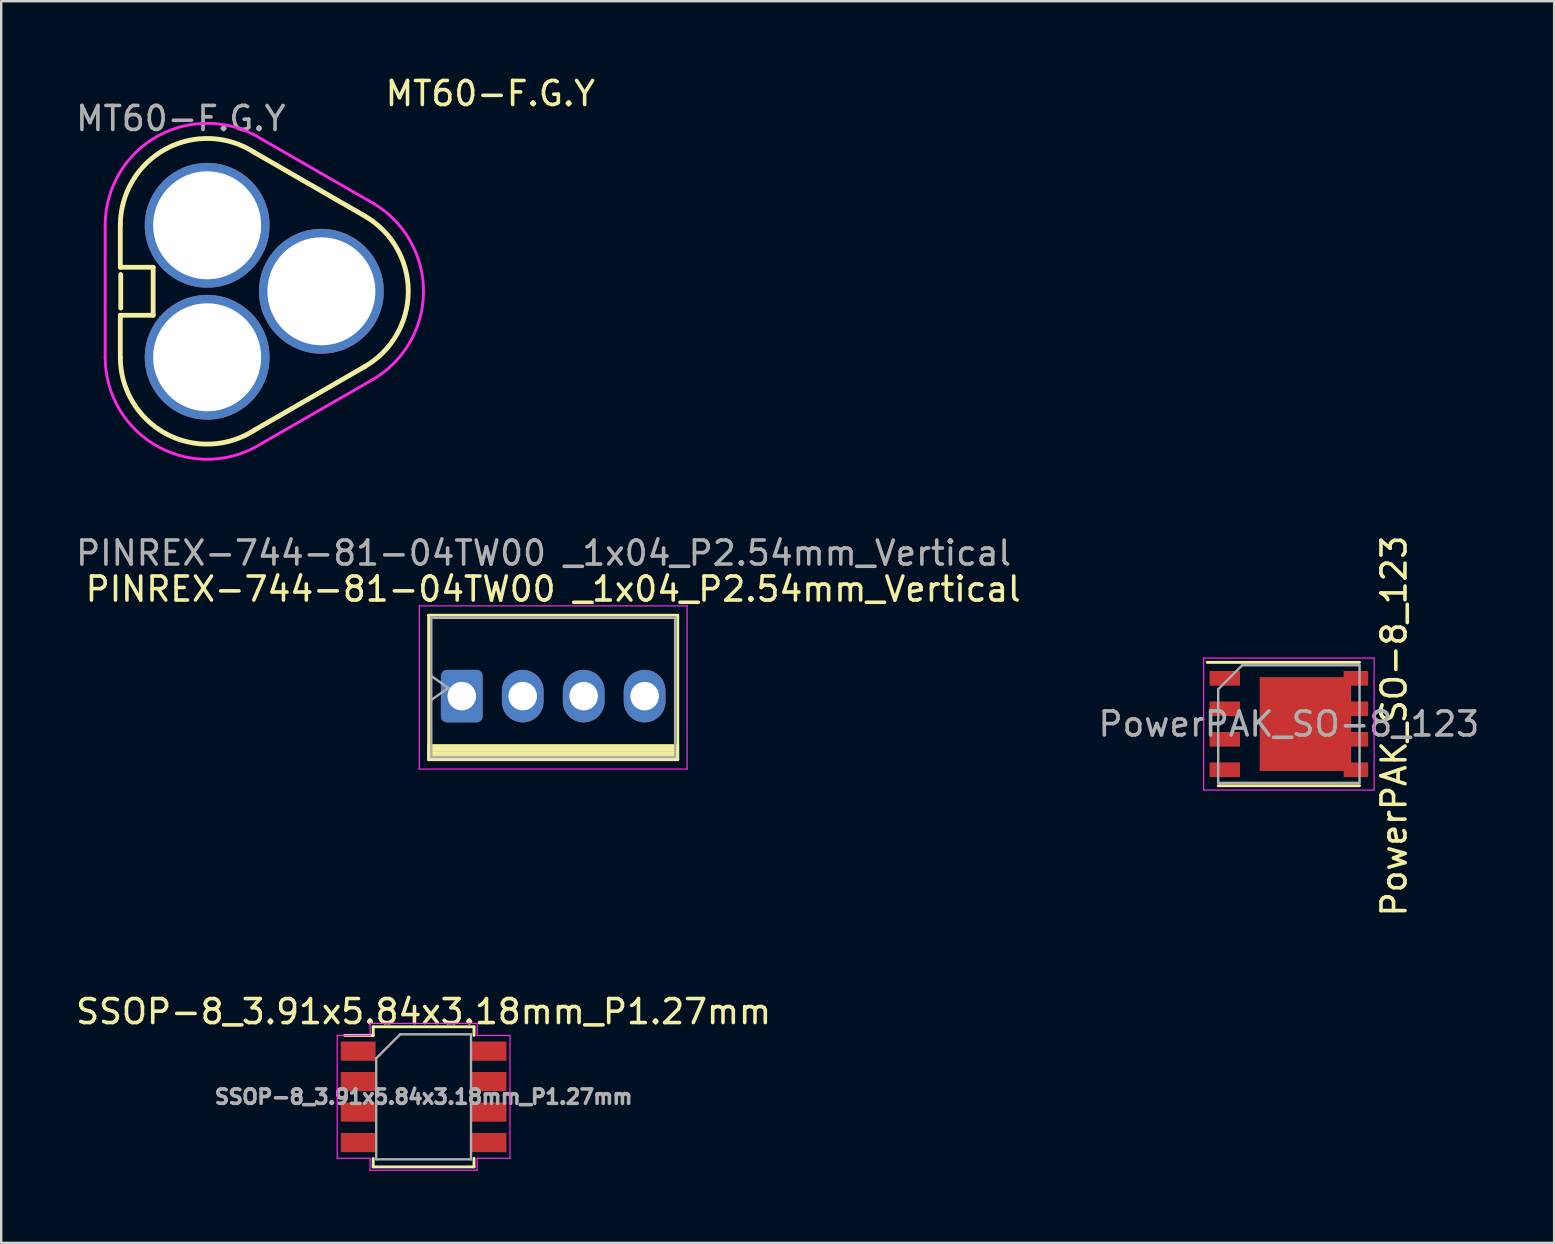
<source format=kicad_pcb>
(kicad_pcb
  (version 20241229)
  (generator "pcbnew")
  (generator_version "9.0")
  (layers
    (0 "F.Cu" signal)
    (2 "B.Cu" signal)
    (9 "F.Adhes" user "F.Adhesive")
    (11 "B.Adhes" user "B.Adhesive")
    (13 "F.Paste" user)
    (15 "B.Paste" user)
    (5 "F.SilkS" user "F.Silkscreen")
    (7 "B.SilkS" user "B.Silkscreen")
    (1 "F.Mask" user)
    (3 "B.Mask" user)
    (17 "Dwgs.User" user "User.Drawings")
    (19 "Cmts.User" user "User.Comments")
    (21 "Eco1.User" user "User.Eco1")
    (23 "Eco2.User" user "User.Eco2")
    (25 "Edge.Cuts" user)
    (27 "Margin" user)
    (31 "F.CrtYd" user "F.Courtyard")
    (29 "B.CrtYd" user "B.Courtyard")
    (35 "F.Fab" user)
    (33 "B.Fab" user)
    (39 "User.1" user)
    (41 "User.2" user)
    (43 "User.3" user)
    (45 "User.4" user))
  (footprint "PowerPAK_SO-8_123"
    (layer "F.Cu")
    (at 50.656 27.12)
    (property "Reference" "PowerPAK_SO-8_123" (at 4.383 0.082 270) (layer "F.SilkS") (effects (font (size 1 1) (thickness 0.15))))
    (attr smd)
    (fp_line (start -3.4 -2.57) (end 2.945 -2.57) (stroke (width 0.12) (type solid)) (layer "F.SilkS"))
    (fp_line (start -2.945 2.57) (end 2.945 2.57) (stroke (width 0.12) (type solid)) (layer "F.SilkS"))
    (fp_line (start -3.55 -2.75) (end -3.55 2.75) (stroke (width 0.05) (type solid)) (layer "F.CrtYd"))
    (fp_line (start -3.55 -2.75) (end 3.55 -2.75) (stroke (width 0.05) (type solid)) (layer "F.CrtYd"))
    (fp_line (start -3.55 2.75) (end 3.55 2.75) (stroke (width 0.05) (type solid)) (layer "F.CrtYd"))
    (fp_line (start 3.55 -2.75) (end 3.55 2.75) (stroke (width 0.05) (type solid)) (layer "F.CrtYd"))
    (fp_line (start -2.945 2.45) (end -2.945 -1.45) (stroke (width 0.1) (type solid)) (layer "F.Fab"))
    (fp_line (start -1.945 -2.45) (end -2.945 -1.45) (stroke (width 0.1) (type solid)) (layer "F.Fab"))
    (fp_line (start -1.945 -2.45) (end 2.945 -2.45) (stroke (width 0.1) (type solid)) (layer "F.Fab"))
    (fp_line (start 2.945 -2.45) (end 2.945 2.45) (stroke (width 0.1) (type solid)) (layer "F.Fab"))
    (fp_line (start 2.945 2.45) (end -2.945 2.45) (stroke (width 0.1) (type solid)) (layer "F.Fab"))
    (fp_text user "${REFERENCE}" (at 0 0 180) (layer "F.Fab") (effects (font (size 1 1) (thickness 0.15))))
    (pad "1" smd rect (at -2.67 -1.905) (size 1.27 0.61) (layers "F.Cu" "F.Mask" "F.Paste"))
    (pad "1" smd rect (at -2.67 -0.635) (size 1.27 0.61) (layers "F.Cu" "F.Mask" "F.Paste"))
    (pad "1" smd rect (at -2.67 0.635) (size 1.27 0.61) (layers "F.Cu" "F.Mask" "F.Paste"))
    (pad "2" smd rect (at -2.67 1.905) (size 1.27 0.61) (layers "F.Cu" "F.Mask" "F.Paste"))
    (pad "3" smd rect (at 0.69 0) (size 3.81 3.91) (layers "F.Cu" "F.Mask" "F.Paste"))
    (pad "3" smd rect (at 2.795 -1.905) (size 1.02 0.61) (layers "F.Cu" "F.Mask" "F.Paste"))
    (pad "3" smd rect (at 2.795 -0.635) (size 1.02 0.61) (layers "F.Cu" "F.Mask" "F.Paste"))
    (pad "3" smd rect (at 2.795 0.635) (size 1.02 0.61) (layers "F.Cu" "F.Mask" "F.Paste"))
    (pad "3" smd rect (at 2.795 1.905) (size 1.02 0.61) (layers "F.Cu" "F.Mask" "F.Paste")))
  (footprint "SSOP-8_3.91x5.84x3.18mm_P1.27mm"
    (layer "F.Cu")
    (at 14.601 42.654)
    (property "Reference" "SSOP-8_3.91x5.84x3.18mm_P1.27mm" (at 0 -3.55 0) (layer "F.SilkS") (effects (font (size 1 1) (thickness 0.15))))
    (attr smd)
    (fp_line (start -2.1 -2.92) (end -2.1 -2.56) (stroke (width 0.12) (type solid)) (layer "F.SilkS"))
    (fp_line (start -2.1 -2.56) (end -3.29 -2.56) (stroke (width 0.12) (type solid)) (layer "F.SilkS"))
    (fp_line (start -2.1 2.57) (end -2.1 2.92) (stroke (width 0.12) (type solid)) (layer "F.SilkS"))
    (fp_line (start 2.1 -2.92) (end -2.1 -2.92) (stroke (width 0.12) (type solid)) (layer "F.SilkS"))
    (fp_line (start 2.1 -2.92) (end 2.1 -2.56) (stroke (width 0.12) (type solid)) (layer "F.SilkS"))
    (fp_line (start 2.1 2.56) (end 2.1 2.92) (stroke (width 0.12) (type solid)) (layer "F.SilkS"))
    (fp_line (start 2.1 2.92) (end -2.1 2.92) (stroke (width 0.12) (type solid)) (layer "F.SilkS"))
    (fp_line (start -3.6 -2.56) (end -2.23 -2.56) (stroke (width 0.05) (type solid)) (layer "F.CrtYd"))
    (fp_line (start -3.6 2.56) (end -3.6 -2.56) (stroke (width 0.05) (type solid)) (layer "F.CrtYd"))
    (fp_line (start -3.6 2.56) (end -2.23 2.56) (stroke (width 0.05) (type solid)) (layer "F.CrtYd"))
    (fp_line (start -2.23 -3.06) (end 2.23 -3.06) (stroke (width 0.05) (type solid)) (layer "F.CrtYd"))
    (fp_line (start -2.23 -2.56) (end -2.23 -3.06) (stroke (width 0.05) (type solid)) (layer "F.CrtYd"))
    (fp_line (start -2.23 3.06) (end -2.23 2.56) (stroke (width 0.05) (type solid)) (layer "F.CrtYd"))
    (fp_line (start 2.23 -2.56) (end 3.6 -2.56) (stroke (width 0.05) (type solid)) (layer "F.CrtYd"))
    (fp_line (start 2.23 -2.55) (end 2.23 -3.06) (stroke (width 0.05) (type solid)) (layer "F.CrtYd"))
    (fp_line (start 2.23 2.56) (end 3.6 2.56) (stroke (width 0.05) (type solid)) (layer "F.CrtYd"))
    (fp_line (start 2.23 3.06) (end -2.23 3.06) (stroke (width 0.05) (type solid)) (layer "F.CrtYd"))
    (fp_line (start 2.23 3.06) (end 2.23 2.56) (stroke (width 0.05) (type solid)) (layer "F.CrtYd"))
    (fp_line (start 3.6 2.56) (end 3.6 -2.56) (stroke (width 0.05) (type solid)) (layer "F.CrtYd"))
    (fp_line (start -1.975 2.605) (end -1.975 -1.605) (stroke (width 0.1) (type solid)) (layer "F.Fab"))
    (fp_line (start -0.975 -2.605) (end -1.975 -1.605) (stroke (width 0.1) (type solid)) (layer "F.Fab"))
    (fp_line (start -0.975 -2.605) (end 1.975 -2.605) (stroke (width 0.1) (type solid)) (layer "F.Fab"))
    (fp_line (start 1.975 -2.605) (end 1.975 2.605) (stroke (width 0.1) (type solid)) (layer "F.Fab"))
    (fp_line (start 1.975 2.605) (end -1.975 2.605) (stroke (width 0.1) (type solid)) (layer "F.Fab"))
    (fp_text user "${REFERENCE}" (at 0 0 0) (layer "F.Fab") (effects (font (size 0.6 0.6) (thickness 0.15))))
    (pad "1" smd rect (at -2.725 -1.905) (size 1.45 0.8) (layers "F.Cu" "F.Mask" "F.Paste"))
    (pad "2" smd rect (at -2.725 -0.635) (size 1.45 0.8) (layers "F.Cu" "F.Mask" "F.Paste"))
    (pad "3" smd rect (at -2.725 0.635) (size 1.45 0.8) (layers "F.Cu" "F.Mask" "F.Paste"))
    (pad "4" smd rect (at -2.725 1.905) (size 1.45 0.8) (layers "F.Cu" "F.Mask" "F.Paste"))
    (pad "5" smd rect (at 2.725 1.905) (size 1.45 0.8) (layers "F.Cu" "F.Mask" "F.Paste"))
    (pad "6" smd rect (at 2.725 0.635) (size 1.45 0.8) (layers "F.Cu" "F.Mask" "F.Paste"))
    (pad "7" smd rect (at 2.725 -0.635) (size 1.45 0.8) (layers "F.Cu" "F.Mask" "F.Paste"))
    (pad "8" smd rect (at 2.725 -1.905) (size 1.45 0.8) (layers "F.Cu" "F.Mask" "F.Paste")))
  (footprint "MT60-F.G.Y"
    (layer "F.Cu")
    (at 5.582 9.088)
    (property "Reference" "MT60-F.G.Y" (at 11.8 -8.24 0) (unlocked yes) (layer "F.SilkS") (effects (font (size 1 1) (thickness 0.15))))
    (attr through_hole)
    (fp_line (start -3.618 1) (end -3.618 2.75) (stroke (width 0.2) (type default)) (layer "F.SilkS"))
    (fp_line (start -3.618 -2.75) (end -3.618 -1) (stroke (width 0.2) (type default)) (layer "F.SilkS"))
    (fp_line (start -3.6 -0.7) (end -3.6 0.7) (stroke (width 0.2) (type default)) (layer "F.SilkS"))
    (fp_line (start -2.25 -1) (end -3.618 -1) (stroke (width 0.2) (type default)) (layer "F.SilkS"))
    (fp_line (start -2.25 -1) (end -2.25 1) (stroke (width 0.2) (type default)) (layer "F.SilkS"))
    (fp_line (start -2.25 1) (end -3.618 1) (stroke (width 0.2) (type default)) (layer "F.SilkS"))
    (fp_line (start 1.973 -5.783) (end 6.572 -3.134) (stroke (width 0.2) (type default)) (layer "F.SilkS"))
    (fp_line (start 1.973 5.783) (end 6.572 3.134) (stroke (width 0.2) (type default)) (layer "F.SilkS"))
    (fp_arc (start -3.618261 -2.75) (mid -1.725251 -5.930459) (end 1.973 -5.782999) (stroke (width 0.2) (type default)) (layer "F.SilkS"))
    (fp_arc (start 1.973092 5.783141) (mid -1.725331 5.930607) (end -3.61843 2.75) (stroke (width 0.2) (type default)) (layer "F.SilkS"))
    (fp_arc (start 6.572 -3.134) (mid 8.380125 0) (end 6.572 3.134) (stroke (width 0.2) (type default)) (layer "F.SilkS"))
    (fp_line (start -4.25 -2.75) (end -4.25 2.75) (stroke (width 0.12) (type default)) (layer "F.CrtYd"))
    (fp_line (start 2.317 -6.313) (end 6.919 -3.667) (stroke (width 0.12) (type default)) (layer "F.CrtYd"))
    (fp_line (start 2.317 6.313) (end 6.89 3.684) (stroke (width 0.12) (type default)) (layer "F.CrtYd"))
    (fp_arc (start -4.25 -2.75) (mid -2.026476 -6.48576) (end 2.317481 -6.312552) (stroke (width 0.12) (type default)) (layer "F.CrtYd"))
    (fp_arc (start 2.317482 6.312555) (mid -2.026476 6.485761) (end -4.25 2.75) (stroke (width 0.12) (type default)) (layer "F.CrtYd"))
    (fp_arc (start 6.919481 -3.666552) (mid 9.015193 0.017129) (end 6.889892 3.683819) (stroke (width 0.12) (type default)) (layer "F.CrtYd"))
    (fp_text user "${REFERENCE}" (at -1.1 -7.2 0) (unlocked yes) (layer "F.Fab") (effects (font (size 1 1) (thickness 0.15))))
    (pad "1" thru_hole circle (at 0 -2.75) (size 5.2 5.2) (drill 4.5) (layers "*.Cu" "*.Mask"))
    (pad "2" thru_hole circle (at 0 2.75) (size 5.2 5.2) (drill 4.5) (layers "*.Cu" "*.Mask"))
    (pad "3" thru_hole circle (at 4.76 0) (size 5.2 5.2) (drill 4.5) (layers "*.Cu" "*.Mask")))
  (footprint "PINREX-744-81-04TW00 _1x04_P2.54mm_Vertical"
    (layer "F.Cu")
    (at 16.191 25.617)
    (property "Reference" "PINREX-744-81-04TW00 _1x04_P2.54mm_Vertical" (at 3.81 -4.12 0) (layer "F.SilkS") (effects (font (size 1 1) (thickness 0.15))))
    (attr through_hole)
    (fp_line (start -1.38 -3.03) (end -1.38 2.99) (stroke (width 0.12) (type solid)) (layer "F.SilkS"))
    (fp_line (start -1.38 2.4) (end 9 2.4) (stroke (width 0.12) (type solid)) (layer "F.SilkS"))
    (fp_line (start -1.38 2.5) (end 9 2.5) (stroke (width 0.12) (type solid)) (layer "F.SilkS"))
    (fp_line (start -1.38 2.6) (end 9 2.6) (stroke (width 0.12) (type solid)) (layer "F.SilkS"))
    (fp_line (start -1.38 2.7) (end 9 2.7) (stroke (width 0.12) (type solid)) (layer "F.SilkS"))
    (fp_line (start -1.38 2.8) (end 9 2.8) (stroke (width 0.12) (type solid)) (layer "F.SilkS"))
    (fp_line (start -1.38 2.9) (end 9 2.9) (stroke (width 0.12) (type solid)) (layer "F.SilkS"))
    (fp_line (start -1.38 2.99) (end 9 2.99) (stroke (width 0.12) (type solid)) (layer "F.SilkS"))
    (fp_line (start 9 -3.03) (end -1.38 -3.03) (stroke (width 0.12) (type solid)) (layer "F.SilkS"))
    (fp_line (start 9 2.99) (end 9 -3.03) (stroke (width 0.12) (type solid)) (layer "F.SilkS"))
    (fp_line (start -1.77 -3.42) (end -1.77 3.38) (stroke (width 0.05) (type solid)) (layer "F.CrtYd"))
    (fp_line (start -1.77 3.38) (end 9.39 3.38) (stroke (width 0.05) (type solid)) (layer "F.CrtYd"))
    (fp_line (start 9.39 -3.42) (end -1.77 -3.42) (stroke (width 0.05) (type solid)) (layer "F.CrtYd"))
    (fp_line (start 9.39 3.38) (end 9.39 -3.42) (stroke (width 0.05) (type solid)) (layer "F.CrtYd"))
    (fp_line (start -1.27 -2.92) (end -1.27 2.88) (stroke (width 0.1) (type solid)) (layer "F.Fab"))
    (fp_line (start -1.27 -0.5) (end -0.563 0) (stroke (width 0.1) (type solid)) (layer "F.Fab"))
    (fp_line (start -1.27 2.88) (end 8.89 2.88) (stroke (width 0.1) (type solid)) (layer "F.Fab"))
    (fp_line (start -0.563 0) (end -1.27 0.5) (stroke (width 0.1) (type solid)) (layer "F.Fab"))
    (fp_line (start 8.89 -2.92) (end -1.27 -2.92) (stroke (width 0.1) (type solid)) (layer "F.Fab"))
    (fp_line (start 8.89 2.88) (end 8.89 -2.92) (stroke (width 0.1) (type solid)) (layer "F.Fab"))
    (fp_text user "${REFERENCE}" (at 3.41 -5.62 0) (layer "F.Fab") (effects (font (size 1 1) (thickness 0.15))))
    (pad "1" thru_hole roundrect (at 0 0.34) (size 1.74 2.19) (drill 1.19) (layers "*.Cu" "*.Mask") (roundrect_rratio 0.144))
    (pad "2" thru_hole oval (at 2.54 0.34) (size 1.74 2.19) (drill 1.19) (layers "*.Cu" "*.Mask"))
    (pad "3" thru_hole oval (at 5.08 0.34) (size 1.74 2.19) (drill 1.19) (layers "*.Cu" "*.Mask"))
    (pad "4" thru_hole oval (at 7.62 0.34) (size 1.74 2.19) (drill 1.19) (layers "*.Cu" "*.Mask")))
  (gr_rect
    (start -3 -3)
    (end 61.71 48.739)
    (stroke (width 0.1) (type default))
    (fill no)
    (layer "Edge.Cuts")))
</source>
